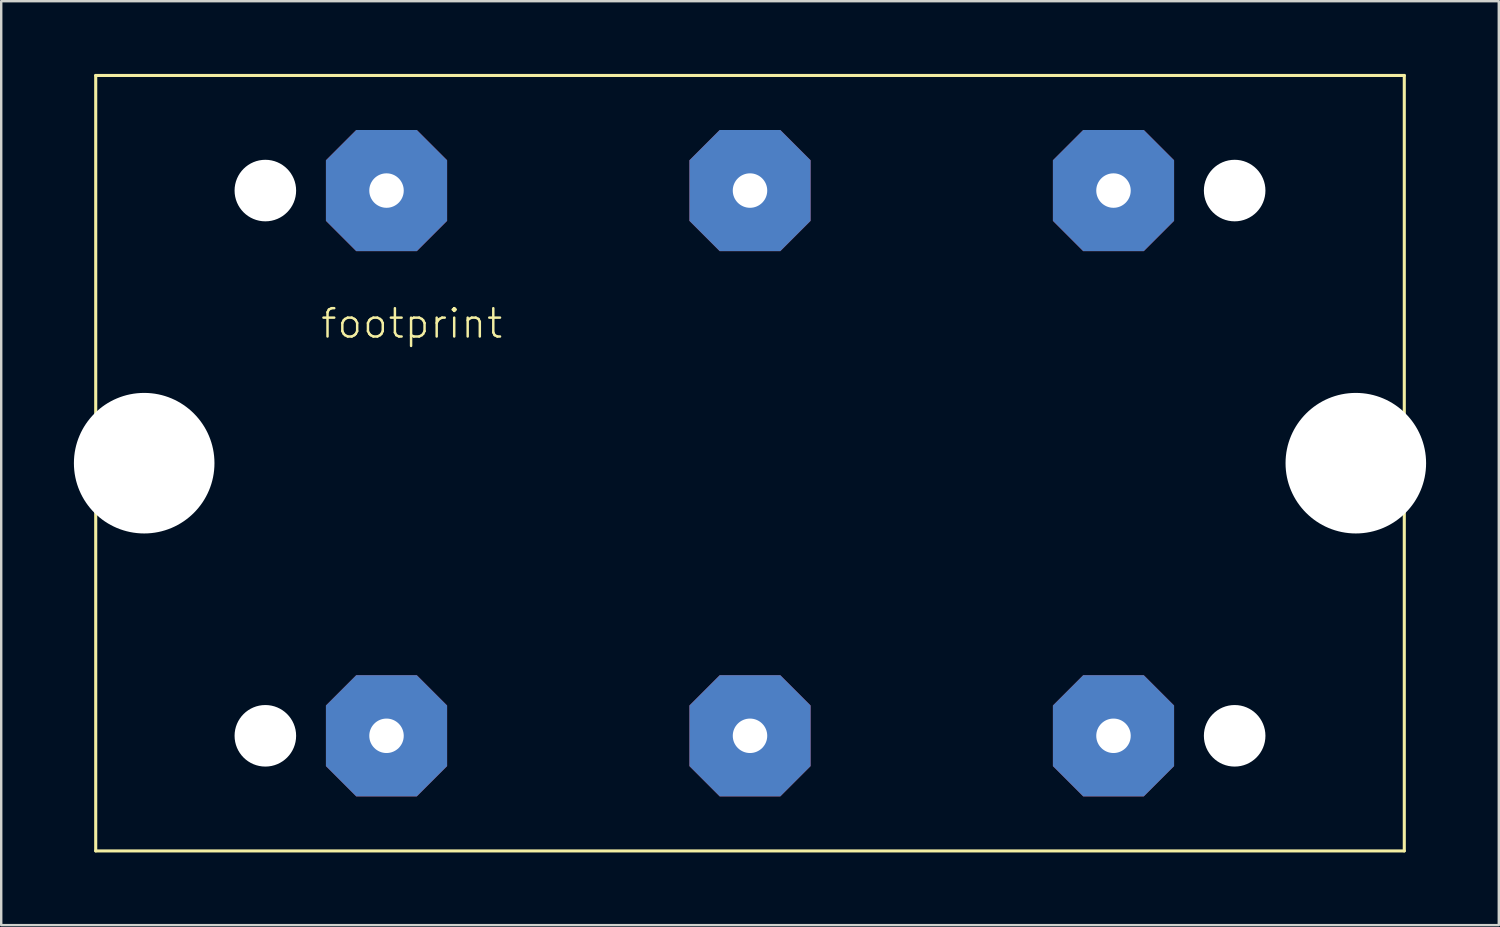
<source format=kicad_pcb>
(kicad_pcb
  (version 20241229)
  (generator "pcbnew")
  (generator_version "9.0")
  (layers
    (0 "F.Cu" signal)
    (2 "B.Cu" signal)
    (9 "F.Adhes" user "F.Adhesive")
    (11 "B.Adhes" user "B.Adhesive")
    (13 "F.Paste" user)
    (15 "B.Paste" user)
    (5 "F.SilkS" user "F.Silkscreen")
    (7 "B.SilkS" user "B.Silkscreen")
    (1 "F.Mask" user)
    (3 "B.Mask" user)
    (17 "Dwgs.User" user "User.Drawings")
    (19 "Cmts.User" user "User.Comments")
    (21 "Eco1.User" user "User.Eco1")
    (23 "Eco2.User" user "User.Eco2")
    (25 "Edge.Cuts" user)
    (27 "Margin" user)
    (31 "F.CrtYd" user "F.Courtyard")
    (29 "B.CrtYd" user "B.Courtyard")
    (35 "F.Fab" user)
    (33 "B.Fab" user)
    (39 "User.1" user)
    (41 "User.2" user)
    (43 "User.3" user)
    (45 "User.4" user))
  (footprint "footprint"
    (layer "F.Cu")
    (at 27.9 16.064)
    (property "Reference" "footprint" (at -17.78 -5.08 0) (layer "F.SilkS") (effects (font (size 1.168 1.168) (thickness 0.102)) (justify left bottom)))
    (fp_line (start -27 -16) (end 27 -16) (stroke (width 0.127) (type solid)) (layer "F.SilkS"))
    (fp_line (start -27 16) (end -27 -16) (stroke (width 0.127) (type solid)) (layer "F.SilkS"))
    (fp_line (start 27 -16) (end 27 16) (stroke (width 0.127) (type solid)) (layer "F.SilkS"))
    (fp_line (start 27 16) (end -27 16) (stroke (width 0.127) (type solid)) (layer "F.SilkS"))
    (pad "" np_thru_hole circle (at -25 0) (size 5.8 5.8) (drill 5.8) (layers "*.Cu" "*.Mask"))
    (pad "" np_thru_hole circle (at -20 -11.25) (size 2.54 2.54) (drill 2.54) (layers "*.Cu" "*.Mask"))
    (pad "" np_thru_hole circle (at -20 11.25) (size 2.54 2.54) (drill 2.54) (layers "*.Cu" "*.Mask"))
    (pad "" np_thru_hole circle (at 20 -11.25) (size 2.54 2.54) (drill 2.54) (layers "*.Cu" "*.Mask"))
    (pad "" np_thru_hole circle (at 20 11.25) (size 2.54 2.54) (drill 2.54) (layers "*.Cu" "*.Mask"))
    (pad "" np_thru_hole circle (at 25 0) (size 5.8 5.8) (drill 5.8) (layers "*.Cu" "*.Mask"))
    (pad "1" thru_hole roundrect (at 0 -11.25) (size 5 5) (drill 1.422) (layers "*.Cu" "*.Mask") (roundrect_rratio 0.25) (chamfer_ratio 0.25) (chamfer top_left top_right bottom_left bottom_right))
    (pad "2" thru_hole roundrect (at 0 11.25) (size 5 5) (drill 1.422) (layers "*.Cu" "*.Mask") (roundrect_rratio 0.25) (chamfer_ratio 0.25) (chamfer top_left top_right bottom_left bottom_right))
    (pad "3" thru_hole roundrect (at -15 -11.25) (size 5 5) (drill 1.422) (layers "*.Cu" "*.Mask") (roundrect_rratio 0.25) (chamfer_ratio 0.25) (chamfer top_left top_right bottom_left bottom_right))
    (pad "4" thru_hole roundrect (at 15 11.25) (size 5 5) (drill 1.422) (layers "*.Cu" "*.Mask") (roundrect_rratio 0.25) (chamfer_ratio 0.25) (chamfer top_left top_right bottom_left bottom_right))
    (pad "5" thru_hole roundrect (at -15 11.25) (size 5 5) (drill 1.422) (layers "*.Cu" "*.Mask") (roundrect_rratio 0.25) (chamfer_ratio 0.25) (chamfer top_left top_right bottom_left bottom_right))
    (pad "6" thru_hole roundrect (at 15 -11.25) (size 5 5) (drill 1.422) (layers "*.Cu" "*.Mask") (roundrect_rratio 0.25) (chamfer_ratio 0.25) (chamfer top_left top_right bottom_left bottom_right)))
  (gr_rect
    (start -3 -3)
    (end 58.8 35.127)
    (stroke (width 0.1) (type default))
    (fill no)
    (layer "Edge.Cuts")))
</source>
